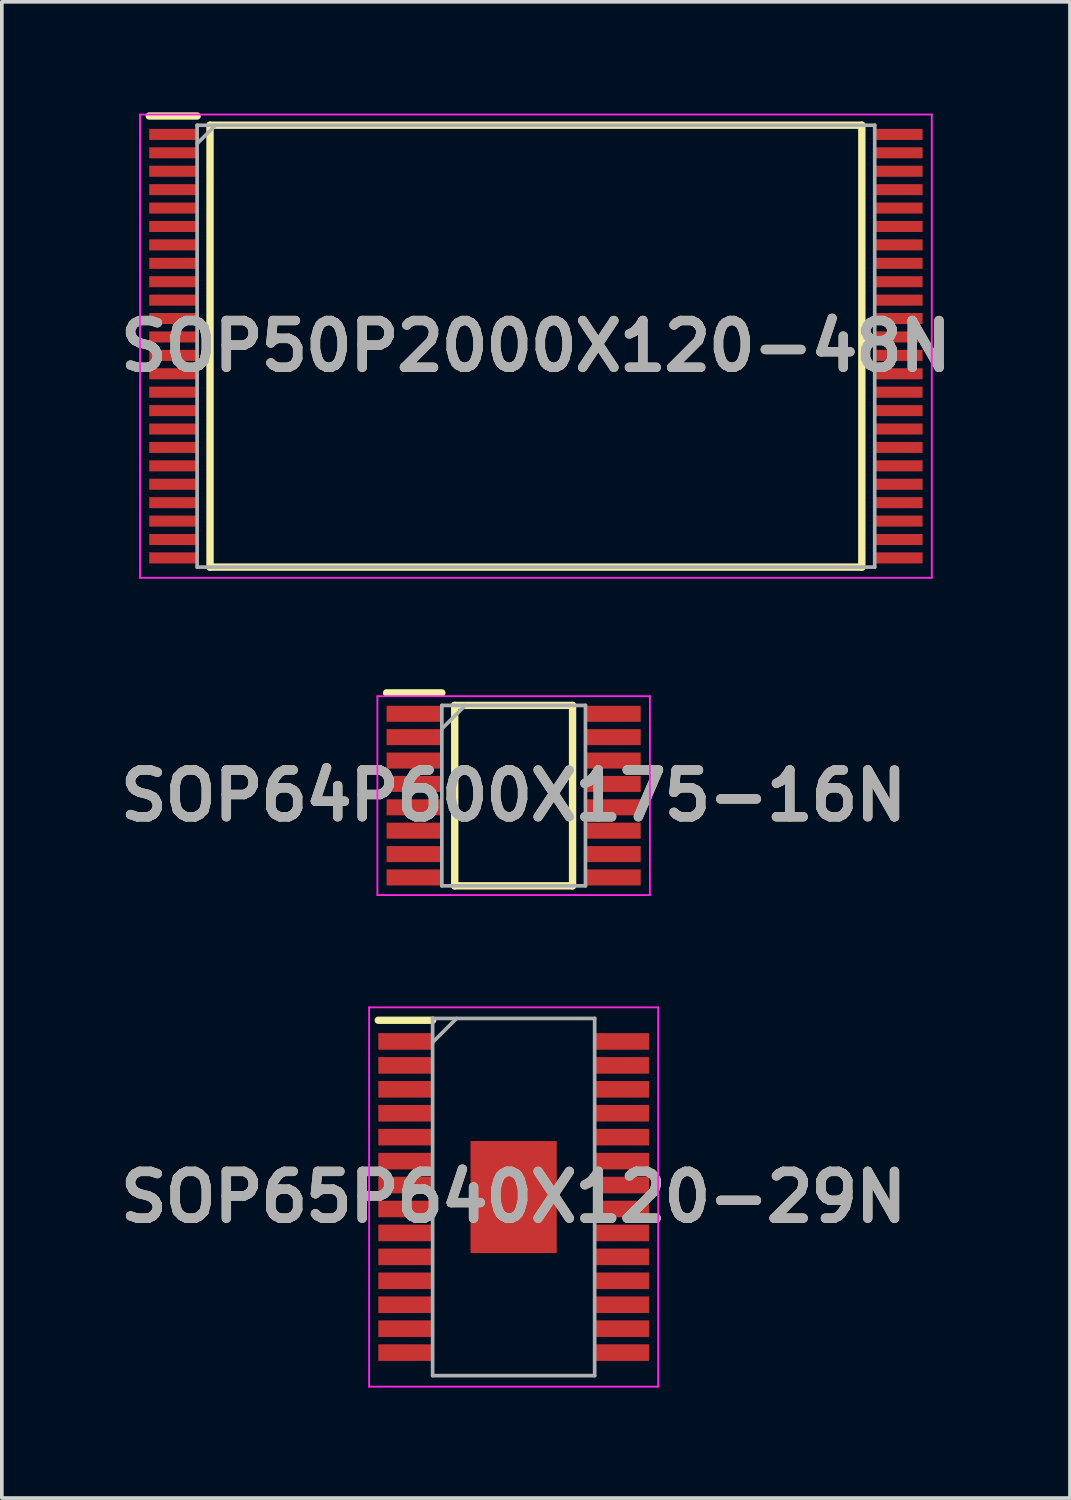
<source format=kicad_pcb>
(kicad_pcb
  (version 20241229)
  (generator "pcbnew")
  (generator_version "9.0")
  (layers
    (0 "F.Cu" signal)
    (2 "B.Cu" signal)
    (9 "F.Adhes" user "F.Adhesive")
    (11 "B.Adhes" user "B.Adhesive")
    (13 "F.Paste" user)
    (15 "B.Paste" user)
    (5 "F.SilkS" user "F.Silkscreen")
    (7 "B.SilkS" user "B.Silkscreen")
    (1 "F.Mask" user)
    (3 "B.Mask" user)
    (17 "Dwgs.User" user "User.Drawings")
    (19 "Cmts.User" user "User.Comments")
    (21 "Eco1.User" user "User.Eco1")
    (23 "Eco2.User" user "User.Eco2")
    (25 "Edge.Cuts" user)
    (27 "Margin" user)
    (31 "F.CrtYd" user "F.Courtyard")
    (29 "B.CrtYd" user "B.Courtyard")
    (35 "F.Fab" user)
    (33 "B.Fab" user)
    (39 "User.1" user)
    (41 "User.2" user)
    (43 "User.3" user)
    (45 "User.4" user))
  (footprint "SOP50P2000X120-48N"
    (layer "F.Cu")
    (at 11.503 6.35)
    (property "Reference" "SOP50P2000X120-48N" (at 0 0 0) (layer "F.SilkS") (effects (font (size 1.27 1.27) (thickness 0.254))))
    (attr smd)
    (fp_line (start -10.5 -6.25) (end -9.2 -6.25) (stroke (width 0.2) (type solid)) (layer "F.SilkS"))
    (fp_line (start -8.85 -6) (end 8.85 -6) (stroke (width 0.2) (type solid)) (layer "F.SilkS"))
    (fp_line (start -8.85 6) (end -8.85 -6) (stroke (width 0.2) (type solid)) (layer "F.SilkS"))
    (fp_line (start 8.85 -6) (end 8.85 6) (stroke (width 0.2) (type solid)) (layer "F.SilkS"))
    (fp_line (start 8.85 6) (end -8.85 6) (stroke (width 0.2) (type solid)) (layer "F.SilkS"))
    (fp_line (start -10.75 -6.29) (end 10.75 -6.29) (stroke (width 0.05) (type solid)) (layer "F.CrtYd"))
    (fp_line (start -10.75 6.29) (end -10.75 -6.29) (stroke (width 0.05) (type solid)) (layer "F.CrtYd"))
    (fp_line (start 10.75 -6.29) (end 10.75 6.29) (stroke (width 0.05) (type solid)) (layer "F.CrtYd"))
    (fp_line (start 10.75 6.29) (end -10.75 6.29) (stroke (width 0.05) (type solid)) (layer "F.CrtYd"))
    (fp_line (start -9.2 -6) (end 9.2 -6) (stroke (width 0.1) (type solid)) (layer "F.Fab"))
    (fp_line (start -9.2 -5.5) (end -8.7 -6) (stroke (width 0.1) (type solid)) (layer "F.Fab"))
    (fp_line (start -9.2 6) (end -9.2 -6) (stroke (width 0.1) (type solid)) (layer "F.Fab"))
    (fp_line (start 9.2 -6) (end 9.2 6) (stroke (width 0.1) (type solid)) (layer "F.Fab"))
    (fp_line (start 9.2 6) (end -9.2 6) (stroke (width 0.1) (type solid)) (layer "F.Fab"))
    (fp_text user "${REFERENCE}" (at 0 0 0) (layer "F.Fab") (effects (font (size 1.27 1.27) (thickness 0.254))))
    (pad "1" smd rect (at -9.85 -5.75 90) (size 0.3 1.3) (layers "F.Cu" "F.Mask" "F.Paste"))
    (pad "2" smd rect (at -9.85 -5.25 90) (size 0.3 1.3) (layers "F.Cu" "F.Mask" "F.Paste"))
    (pad "3" smd rect (at -9.85 -4.75 90) (size 0.3 1.3) (layers "F.Cu" "F.Mask" "F.Paste"))
    (pad "4" smd rect (at -9.85 -4.25 90) (size 0.3 1.3) (layers "F.Cu" "F.Mask" "F.Paste"))
    (pad "5" smd rect (at -9.85 -3.75 90) (size 0.3 1.3) (layers "F.Cu" "F.Mask" "F.Paste"))
    (pad "6" smd rect (at -9.85 -3.25 90) (size 0.3 1.3) (layers "F.Cu" "F.Mask" "F.Paste"))
    (pad "7" smd rect (at -9.85 -2.75 90) (size 0.3 1.3) (layers "F.Cu" "F.Mask" "F.Paste"))
    (pad "8" smd rect (at -9.85 -2.25 90) (size 0.3 1.3) (layers "F.Cu" "F.Mask" "F.Paste"))
    (pad "9" smd rect (at -9.85 -1.75 90) (size 0.3 1.3) (layers "F.Cu" "F.Mask" "F.Paste"))
    (pad "10" smd rect (at -9.85 -1.25 90) (size 0.3 1.3) (layers "F.Cu" "F.Mask" "F.Paste"))
    (pad "11" smd rect (at -9.85 -0.75 90) (size 0.3 1.3) (layers "F.Cu" "F.Mask" "F.Paste"))
    (pad "12" smd rect (at -9.85 -0.25 90) (size 0.3 1.3) (layers "F.Cu" "F.Mask" "F.Paste"))
    (pad "13" smd rect (at -9.85 0.25 90) (size 0.3 1.3) (layers "F.Cu" "F.Mask" "F.Paste"))
    (pad "14" smd rect (at -9.85 0.75 90) (size 0.3 1.3) (layers "F.Cu" "F.Mask" "F.Paste"))
    (pad "15" smd rect (at -9.85 1.25 90) (size 0.3 1.3) (layers "F.Cu" "F.Mask" "F.Paste"))
    (pad "16" smd rect (at -9.85 1.75 90) (size 0.3 1.3) (layers "F.Cu" "F.Mask" "F.Paste"))
    (pad "17" smd rect (at -9.85 2.25 90) (size 0.3 1.3) (layers "F.Cu" "F.Mask" "F.Paste"))
    (pad "18" smd rect (at -9.85 2.75 90) (size 0.3 1.3) (layers "F.Cu" "F.Mask" "F.Paste"))
    (pad "19" smd rect (at -9.85 3.25 90) (size 0.3 1.3) (layers "F.Cu" "F.Mask" "F.Paste"))
    (pad "20" smd rect (at -9.85 3.75 90) (size 0.3 1.3) (layers "F.Cu" "F.Mask" "F.Paste"))
    (pad "21" smd rect (at -9.85 4.25 90) (size 0.3 1.3) (layers "F.Cu" "F.Mask" "F.Paste"))
    (pad "22" smd rect (at -9.85 4.75 90) (size 0.3 1.3) (layers "F.Cu" "F.Mask" "F.Paste"))
    (pad "23" smd rect (at -9.85 5.25 90) (size 0.3 1.3) (layers "F.Cu" "F.Mask" "F.Paste"))
    (pad "24" smd rect (at -9.85 5.75 90) (size 0.3 1.3) (layers "F.Cu" "F.Mask" "F.Paste"))
    (pad "25" smd rect (at 9.85 5.75 90) (size 0.3 1.3) (layers "F.Cu" "F.Mask" "F.Paste"))
    (pad "26" smd rect (at 9.85 5.25 90) (size 0.3 1.3) (layers "F.Cu" "F.Mask" "F.Paste"))
    (pad "27" smd rect (at 9.85 4.75 90) (size 0.3 1.3) (layers "F.Cu" "F.Mask" "F.Paste"))
    (pad "28" smd rect (at 9.85 4.25 90) (size 0.3 1.3) (layers "F.Cu" "F.Mask" "F.Paste"))
    (pad "29" smd rect (at 9.85 3.75 90) (size 0.3 1.3) (layers "F.Cu" "F.Mask" "F.Paste"))
    (pad "30" smd rect (at 9.85 3.25 90) (size 0.3 1.3) (layers "F.Cu" "F.Mask" "F.Paste"))
    (pad "31" smd rect (at 9.85 2.75 90) (size 0.3 1.3) (layers "F.Cu" "F.Mask" "F.Paste"))
    (pad "32" smd rect (at 9.85 2.25 90) (size 0.3 1.3) (layers "F.Cu" "F.Mask" "F.Paste"))
    (pad "33" smd rect (at 9.85 1.75 90) (size 0.3 1.3) (layers "F.Cu" "F.Mask" "F.Paste"))
    (pad "34" smd rect (at 9.85 1.25 90) (size 0.3 1.3) (layers "F.Cu" "F.Mask" "F.Paste"))
    (pad "35" smd rect (at 9.85 0.75 90) (size 0.3 1.3) (layers "F.Cu" "F.Mask" "F.Paste"))
    (pad "36" smd rect (at 9.85 0.25 90) (size 0.3 1.3) (layers "F.Cu" "F.Mask" "F.Paste"))
    (pad "37" smd rect (at 9.85 -0.25 90) (size 0.3 1.3) (layers "F.Cu" "F.Mask" "F.Paste"))
    (pad "38" smd rect (at 9.85 -0.75 90) (size 0.3 1.3) (layers "F.Cu" "F.Mask" "F.Paste"))
    (pad "39" smd rect (at 9.85 -1.25 90) (size 0.3 1.3) (layers "F.Cu" "F.Mask" "F.Paste"))
    (pad "40" smd rect (at 9.85 -1.75 90) (size 0.3 1.3) (layers "F.Cu" "F.Mask" "F.Paste"))
    (pad "41" smd rect (at 9.85 -2.25 90) (size 0.3 1.3) (layers "F.Cu" "F.Mask" "F.Paste"))
    (pad "42" smd rect (at 9.85 -2.75 90) (size 0.3 1.3) (layers "F.Cu" "F.Mask" "F.Paste"))
    (pad "43" smd rect (at 9.85 -3.25 90) (size 0.3 1.3) (layers "F.Cu" "F.Mask" "F.Paste"))
    (pad "44" smd rect (at 9.85 -3.75 90) (size 0.3 1.3) (layers "F.Cu" "F.Mask" "F.Paste"))
    (pad "45" smd rect (at 9.85 -4.25 90) (size 0.3 1.3) (layers "F.Cu" "F.Mask" "F.Paste"))
    (pad "46" smd rect (at 9.85 -4.75 90) (size 0.3 1.3) (layers "F.Cu" "F.Mask" "F.Paste"))
    (pad "47" smd rect (at 9.85 -5.25 90) (size 0.3 1.3) (layers "F.Cu" "F.Mask" "F.Paste"))
    (pad "48" smd rect (at 9.85 -5.75 90) (size 0.3 1.3) (layers "F.Cu" "F.Mask" "F.Paste")))
  (footprint "SOP65P640X120-29N"
    (layer "F.Cu")
    (at 10.898 29.455)
    (property "Reference" "SOP65P640X120-29N" (at 0 0 0) (layer "F.SilkS") (effects (font (size 1.27 1.27) (thickness 0.254))))
    (attr smd)
    (fp_line (start -3.675 -4.8) (end -2.2 -4.8) (stroke (width 0.2) (type solid)) (layer "F.SilkS"))
    (fp_line (start -3.925 -5.15) (end 3.925 -5.15) (stroke (width 0.05) (type solid)) (layer "F.CrtYd"))
    (fp_line (start -3.925 5.15) (end -3.925 -5.15) (stroke (width 0.05) (type solid)) (layer "F.CrtYd"))
    (fp_line (start 3.925 -5.15) (end 3.925 5.15) (stroke (width 0.05) (type solid)) (layer "F.CrtYd"))
    (fp_line (start 3.925 5.15) (end -3.925 5.15) (stroke (width 0.05) (type solid)) (layer "F.CrtYd"))
    (fp_line (start -2.2 -4.85) (end 2.2 -4.85) (stroke (width 0.1) (type solid)) (layer "F.Fab"))
    (fp_line (start -2.2 -4.2) (end -1.55 -4.85) (stroke (width 0.1) (type solid)) (layer "F.Fab"))
    (fp_line (start -2.2 4.85) (end -2.2 -4.85) (stroke (width 0.1) (type solid)) (layer "F.Fab"))
    (fp_line (start 2.2 -4.85) (end 2.2 4.85) (stroke (width 0.1) (type solid)) (layer "F.Fab"))
    (fp_line (start 2.2 4.85) (end -2.2 4.85) (stroke (width 0.1) (type solid)) (layer "F.Fab"))
    (fp_text user "${REFERENCE}" (at 0 0 0) (layer "F.Fab") (effects (font (size 1.27 1.27) (thickness 0.254))))
    (pad "1" smd rect (at -2.938 -4.225 90) (size 0.45 1.475) (layers "F.Cu" "F.Mask" "F.Paste"))
    (pad "2" smd rect (at -2.938 -3.575 90) (size 0.45 1.475) (layers "F.Cu" "F.Mask" "F.Paste"))
    (pad "3" smd rect (at -2.938 -2.925 90) (size 0.45 1.475) (layers "F.Cu" "F.Mask" "F.Paste"))
    (pad "4" smd rect (at -2.938 -2.275 90) (size 0.45 1.475) (layers "F.Cu" "F.Mask" "F.Paste"))
    (pad "5" smd rect (at -2.938 -1.625 90) (size 0.45 1.475) (layers "F.Cu" "F.Mask" "F.Paste"))
    (pad "6" smd rect (at -2.938 -0.975 90) (size 0.45 1.475) (layers "F.Cu" "F.Mask" "F.Paste"))
    (pad "7" smd rect (at -2.938 -0.325 90) (size 0.45 1.475) (layers "F.Cu" "F.Mask" "F.Paste"))
    (pad "8" smd rect (at -2.938 0.325 90) (size 0.45 1.475) (layers "F.Cu" "F.Mask" "F.Paste"))
    (pad "9" smd rect (at -2.938 0.975 90) (size 0.45 1.475) (layers "F.Cu" "F.Mask" "F.Paste"))
    (pad "10" smd rect (at -2.938 1.625 90) (size 0.45 1.475) (layers "F.Cu" "F.Mask" "F.Paste"))
    (pad "11" smd rect (at -2.938 2.275 90) (size 0.45 1.475) (layers "F.Cu" "F.Mask" "F.Paste"))
    (pad "12" smd rect (at -2.938 2.925 90) (size 0.45 1.475) (layers "F.Cu" "F.Mask" "F.Paste"))
    (pad "13" smd rect (at -2.938 3.575 90) (size 0.45 1.475) (layers "F.Cu" "F.Mask" "F.Paste"))
    (pad "14" smd rect (at -2.938 4.225 90) (size 0.45 1.475) (layers "F.Cu" "F.Mask" "F.Paste"))
    (pad "15" smd rect (at 2.938 4.225 90) (size 0.45 1.475) (layers "F.Cu" "F.Mask" "F.Paste"))
    (pad "16" smd rect (at 2.938 3.575 90) (size 0.45 1.475) (layers "F.Cu" "F.Mask" "F.Paste"))
    (pad "17" smd rect (at 2.938 2.925 90) (size 0.45 1.475) (layers "F.Cu" "F.Mask" "F.Paste"))
    (pad "18" smd rect (at 2.938 2.275 90) (size 0.45 1.475) (layers "F.Cu" "F.Mask" "F.Paste"))
    (pad "19" smd rect (at 2.938 1.625 90) (size 0.45 1.475) (layers "F.Cu" "F.Mask" "F.Paste"))
    (pad "20" smd rect (at 2.938 0.975 90) (size 0.45 1.475) (layers "F.Cu" "F.Mask" "F.Paste"))
    (pad "21" smd rect (at 2.938 0.325 90) (size 0.45 1.475) (layers "F.Cu" "F.Mask" "F.Paste"))
    (pad "22" smd rect (at 2.938 -0.325 90) (size 0.45 1.475) (layers "F.Cu" "F.Mask" "F.Paste"))
    (pad "23" smd rect (at 2.938 -0.975 90) (size 0.45 1.475) (layers "F.Cu" "F.Mask" "F.Paste"))
    (pad "24" smd rect (at 2.938 -1.625 90) (size 0.45 1.475) (layers "F.Cu" "F.Mask" "F.Paste"))
    (pad "25" smd rect (at 2.938 -2.275 90) (size 0.45 1.475) (layers "F.Cu" "F.Mask" "F.Paste"))
    (pad "26" smd rect (at 2.938 -2.925 90) (size 0.45 1.475) (layers "F.Cu" "F.Mask" "F.Paste"))
    (pad "27" smd rect (at 2.938 -3.575 90) (size 0.45 1.475) (layers "F.Cu" "F.Mask" "F.Paste"))
    (pad "28" smd rect (at 2.938 -4.225 90) (size 0.45 1.475) (layers "F.Cu" "F.Mask" "F.Paste"))
    (pad "29" smd rect (at 0 0) (size 2.34 3.04) (layers "F.Cu" "F.Mask" "F.Paste")))
  (footprint "SOP64P600X175-16N"
    (layer "F.Cu")
    (at 10.898 18.555)
    (property "Reference" "SOP64P600X175-16N" (at 0 0 0) (layer "F.SilkS") (effects (font (size 1.27 1.27) (thickness 0.254))))
    (attr smd)
    (fp_line (start -3.45 -2.79) (end -1.95 -2.79) (stroke (width 0.2) (type solid)) (layer "F.SilkS"))
    (fp_line (start -1.6 -2.45) (end 1.6 -2.45) (stroke (width 0.2) (type solid)) (layer "F.SilkS"))
    (fp_line (start -1.6 2.45) (end -1.6 -2.45) (stroke (width 0.2) (type solid)) (layer "F.SilkS"))
    (fp_line (start 1.6 -2.45) (end 1.6 2.45) (stroke (width 0.2) (type solid)) (layer "F.SilkS"))
    (fp_line (start 1.6 2.45) (end -1.6 2.45) (stroke (width 0.2) (type solid)) (layer "F.SilkS"))
    (fp_line (start -3.7 -2.7) (end 3.7 -2.7) (stroke (width 0.05) (type solid)) (layer "F.CrtYd"))
    (fp_line (start -3.7 2.7) (end -3.7 -2.7) (stroke (width 0.05) (type solid)) (layer "F.CrtYd"))
    (fp_line (start 3.7 -2.7) (end 3.7 2.7) (stroke (width 0.05) (type solid)) (layer "F.CrtYd"))
    (fp_line (start 3.7 2.7) (end -3.7 2.7) (stroke (width 0.05) (type solid)) (layer "F.CrtYd"))
    (fp_line (start -1.95 -2.45) (end 1.95 -2.45) (stroke (width 0.1) (type solid)) (layer "F.Fab"))
    (fp_line (start -1.95 -1.815) (end -1.315 -2.45) (stroke (width 0.1) (type solid)) (layer "F.Fab"))
    (fp_line (start -1.95 2.45) (end -1.95 -2.45) (stroke (width 0.1) (type solid)) (layer "F.Fab"))
    (fp_line (start 1.95 -2.45) (end 1.95 2.45) (stroke (width 0.1) (type solid)) (layer "F.Fab"))
    (fp_line (start 1.95 2.45) (end -1.95 2.45) (stroke (width 0.1) (type solid)) (layer "F.Fab"))
    (fp_text user "${REFERENCE}" (at 0 0 0) (layer "F.Fab") (effects (font (size 1.27 1.27) (thickness 0.254))))
    (pad "1" smd rect (at -2.7 -2.222 90) (size 0.435 1.5) (layers "F.Cu" "F.Mask" "F.Paste"))
    (pad "2" smd rect (at -2.7 -1.588 90) (size 0.435 1.5) (layers "F.Cu" "F.Mask" "F.Paste"))
    (pad "3" smd rect (at -2.7 -0.952 90) (size 0.435 1.5) (layers "F.Cu" "F.Mask" "F.Paste"))
    (pad "4" smd rect (at -2.7 -0.318 90) (size 0.435 1.5) (layers "F.Cu" "F.Mask" "F.Paste"))
    (pad "5" smd rect (at -2.7 0.318 90) (size 0.435 1.5) (layers "F.Cu" "F.Mask" "F.Paste"))
    (pad "6" smd rect (at -2.7 0.952 90) (size 0.435 1.5) (layers "F.Cu" "F.Mask" "F.Paste"))
    (pad "7" smd rect (at -2.7 1.588 90) (size 0.435 1.5) (layers "F.Cu" "F.Mask" "F.Paste"))
    (pad "8" smd rect (at -2.7 2.222 90) (size 0.435 1.5) (layers "F.Cu" "F.Mask" "F.Paste"))
    (pad "9" smd rect (at 2.7 2.222 90) (size 0.435 1.5) (layers "F.Cu" "F.Mask" "F.Paste"))
    (pad "10" smd rect (at 2.7 1.588 90) (size 0.435 1.5) (layers "F.Cu" "F.Mask" "F.Paste"))
    (pad "11" smd rect (at 2.7 0.952 90) (size 0.435 1.5) (layers "F.Cu" "F.Mask" "F.Paste"))
    (pad "12" smd rect (at 2.7 0.318 90) (size 0.435 1.5) (layers "F.Cu" "F.Mask" "F.Paste"))
    (pad "13" smd rect (at 2.7 -0.318 90) (size 0.435 1.5) (layers "F.Cu" "F.Mask" "F.Paste"))
    (pad "14" smd rect (at 2.7 -0.952 90) (size 0.435 1.5) (layers "F.Cu" "F.Mask" "F.Paste"))
    (pad "15" smd rect (at 2.7 -1.588 90) (size 0.435 1.5) (layers "F.Cu" "F.Mask" "F.Paste"))
    (pad "16" smd rect (at 2.7 -2.222 90) (size 0.435 1.5) (layers "F.Cu" "F.Mask" "F.Paste")))
  (gr_rect
    (start -3 -3)
    (end 26.005 37.63)
    (stroke (width 0.1) (type default))
    (fill no)
    (layer "Edge.Cuts")))
</source>
